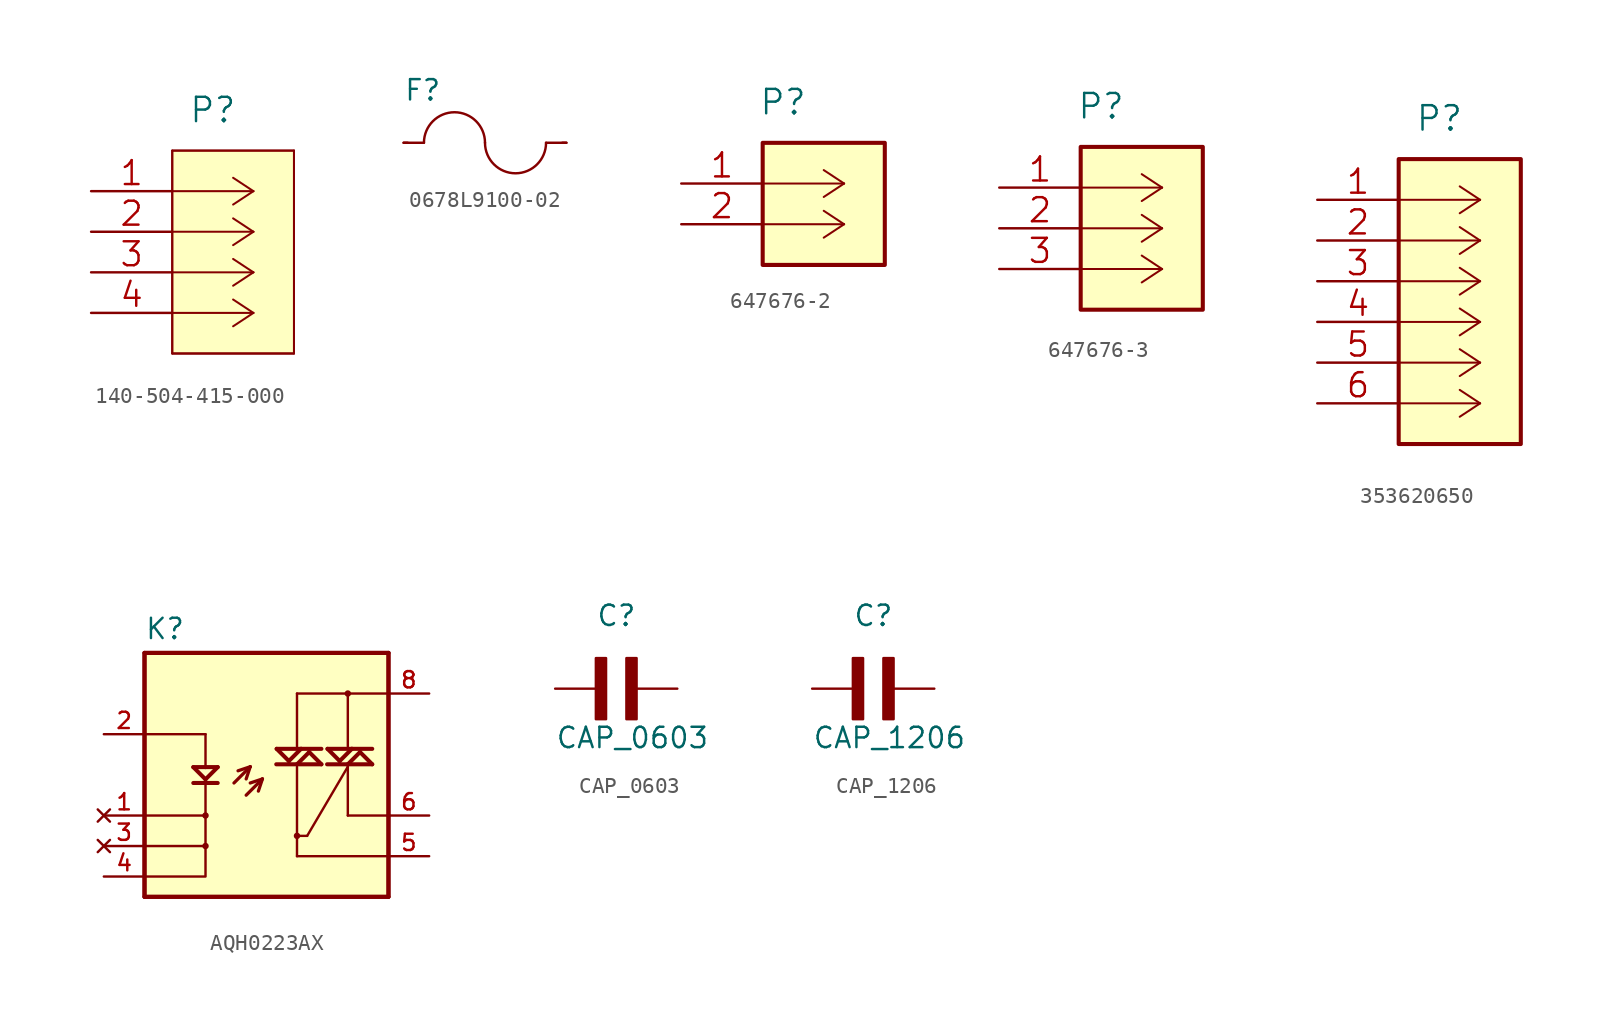
<source format=kicad_sym>
(kicad_symbol_lib
  (version 20220914)
  (generator kicad_symbol_editor)
  (symbol "140-504-415-000"
    (pin_names
      (offset 0.254) hide)
    (property "Reference" "P"
      (at 7.62 5.08 0)
      (effects (font (size 1.524 1.524))))
    (property "Datasheet" ""
      (at 0 0 0)
      (effects (font (size 1.524 1.524))))
    (symbol "140-504-415-000_1_1"
      (polyline (pts (xy 5.08 -10.16) (xy 12.7 -10.16)) (stroke (width 0.127) (type default)) (fill (type none)))
      (polyline (pts (xy 5.08 2.54) (xy 5.08 -10.16)) (stroke (width 0.127) (type default)) (fill (type none)))
      (polyline (pts (xy 10.16 -7.62) (xy 5.08 -7.62)) (stroke (width 0.127) (type default)) (fill (type none)))
      (polyline (pts (xy 10.16 -7.62) (xy 8.89 -8.458)) (stroke (width 0.127) (type default)) (fill (type none)))
      (polyline (pts (xy 10.16 -7.62) (xy 8.89 -6.782)) (stroke (width 0.127) (type default)) (fill (type none)))
      (polyline (pts (xy 10.16 -5.08) (xy 5.08 -5.08)) (stroke (width 0.127) (type default)) (fill (type none)))
      (polyline (pts (xy 10.16 -5.08) (xy 8.89 -5.918)) (stroke (width 0.127) (type default)) (fill (type none)))
      (polyline (pts (xy 10.16 -5.08) (xy 8.89 -4.242)) (stroke (width 0.127) (type default)) (fill (type none)))
      (polyline (pts (xy 10.16 -2.54) (xy 5.08 -2.54)) (stroke (width 0.127) (type default)) (fill (type none)))
      (polyline (pts (xy 10.16 -2.54) (xy 8.89 -3.378)) (stroke (width 0.127) (type default)) (fill (type none)))
      (polyline (pts (xy 10.16 -2.54) (xy 8.89 -1.702)) (stroke (width 0.127) (type default)) (fill (type none)))
      (polyline (pts (xy 10.16 0) (xy 5.08 0)) (stroke (width 0.127) (type default)) (fill (type none)))
      (polyline (pts (xy 10.16 0) (xy 8.89 -0.838)) (stroke (width 0.127) (type default)) (fill (type none)))
      (polyline (pts (xy 10.16 0) (xy 8.89 0.838)) (stroke (width 0.127) (type default)) (fill (type none)))
      (polyline (pts (xy 12.7 -10.16) (xy 12.7 2.54)) (stroke (width 0.127) (type default)) (fill (type none)))
      (polyline (pts (xy 12.7 2.54) (xy 5.08 2.54)) (stroke (width 0.127) (type default)) (fill (type background)))
      (rectangle (start 5.08 2.54) (end 12.7 -10.16) (stroke (width 0.127) (type default)) (fill (type background)))
      (pin passive line (at 0 0 0) (length 5.08) (name "+12V" (effects (font (size 1.499 1.499)))) (number "1" (effects (font (size 1.499 1.499)))))
      (pin passive line (at 0 -2.54 0) (length 5.08) (name "GND" (effects (font (size 1.499 1.499)))) (number "2" (effects (font (size 1.499 1.499)))))
      (pin passive line (at 0 -5.08 0) (length 5.08) (name "3" (effects (font (size 1.499 1.499)))) (number "3" (effects (font (size 1.499 1.499)))))
      (pin passive line (at 0 -7.62 0) (length 5.08) (name "4" (effects (font (size 1.499 1.499)))) (number "4" (effects (font (size 1.499 1.499)))))))
  (symbol "0678L9100-02"
    (pin_numbers hide)
    (pin_names
      (offset 1.016) hide)
    (property "Reference" "F"
      (at -5.08 2.54 0)
      (effects (font (size 1.27 1.27)) (justify left bottom)))
    (symbol "0678L9100-02_0_0"
      (arc (start 0 0) (mid -1.905 1.8967) (end -3.81 0) (stroke (width 0.1524) (type default)) (fill (type none)))
      (polyline (pts (xy -5.08 0) (xy -3.81 0)) (stroke (width 0.152) (type default)) (fill (type none)))
      (polyline (pts (xy 5.08 0) (xy 3.81 0)) (stroke (width 0.152) (type default)) (fill (type none)))
      (arc (start 0 0) (mid 1.905 -1.8967) (end 3.81 0) (stroke (width 0.1524) (type default)) (fill (type none)))
      (pin passive line (at -5.08 0 0) (length 0.254) (name "~" (effects (font (size 1.016 1.016)))) (number "1" (effects (font (size 1.016 1.016)))))
      (pin passive line (at 5.08 0 180) (length 0.254) (name "~" (effects (font (size 1.016 1.016)))) (number "2" (effects (font (size 1.016 1.016)))))))
  (symbol "647676-2"
    (pin_names
      (offset 0.254) hide)
    (property "Reference" "P"
      (at 6.35 5.08 0)
      (effects (font (size 1.524 1.524))))
    (symbol "647676-2_0_0"
      (rectangle (start 5.08 2.54) (end 12.7 -5.08) (stroke (width 0.254) (type default)) (fill (type background))))
    (symbol "647676-2_1_1"
      (polyline (pts (xy 5.08 -5.08) (xy 12.7 -5.08)) (stroke (width 0.127) (type default)) (fill (type none)))
      (polyline (pts (xy 5.08 2.54) (xy 5.08 -5.08)) (stroke (width 0.127) (type default)) (fill (type none)))
      (polyline (pts (xy 10.16 -2.54) (xy 5.08 -2.54)) (stroke (width 0.127) (type default)) (fill (type none)))
      (polyline (pts (xy 10.16 -2.54) (xy 8.89 -3.378)) (stroke (width 0.127) (type default)) (fill (type none)))
      (polyline (pts (xy 10.16 -2.54) (xy 8.89 -1.702)) (stroke (width 0.127) (type default)) (fill (type none)))
      (polyline (pts (xy 10.16 0) (xy 5.08 0)) (stroke (width 0.127) (type default)) (fill (type none)))
      (polyline (pts (xy 10.16 0) (xy 8.89 -0.838)) (stroke (width 0.127) (type default)) (fill (type none)))
      (polyline (pts (xy 10.16 0) (xy 8.89 0.838)) (stroke (width 0.127) (type default)) (fill (type none)))
      (polyline (pts (xy 12.7 -5.08) (xy 12.7 2.54)) (stroke (width 0.127) (type default)) (fill (type none)))
      (polyline (pts (xy 12.7 2.54) (xy 5.08 2.54)) (stroke (width 0.127) (type default)) (fill (type none)))
      (pin passive line (at 0 0 0) (length 5.08) (name "1" (effects (font (size 1.499 1.499)))) (number "1" (effects (font (size 1.499 1.499)))))
      (pin passive line (at 0 -2.54 0) (length 5.08) (name "2" (effects (font (size 1.499 1.499)))) (number "2" (effects (font (size 1.499 1.499)))))))
  (symbol "647676-3"
    (pin_names
      (offset 0.254) hide)
    (property "Reference" "P"
      (at 6.35 5.08 0)
      (effects (font (size 1.524 1.524))))
    (symbol "647676-3_0_0"
      (rectangle (start 5.08 2.54) (end 12.7 -7.62) (stroke (width 0.254) (type default)) (fill (type background))))
    (symbol "647676-3_1_1"
      (polyline (pts (xy 5.08 -7.62) (xy 12.7 -7.62)) (stroke (width 0.127) (type default)) (fill (type none)))
      (polyline (pts (xy 5.08 2.54) (xy 5.08 -7.62)) (stroke (width 0.127) (type default)) (fill (type none)))
      (polyline (pts (xy 10.16 -5.08) (xy 5.08 -5.08)) (stroke (width 0.127) (type default)) (fill (type none)))
      (polyline (pts (xy 10.16 -5.08) (xy 8.89 -5.918)) (stroke (width 0.127) (type default)) (fill (type none)))
      (polyline (pts (xy 10.16 -5.08) (xy 8.89 -4.242)) (stroke (width 0.127) (type default)) (fill (type none)))
      (polyline (pts (xy 10.16 -2.54) (xy 5.08 -2.54)) (stroke (width 0.127) (type default)) (fill (type none)))
      (polyline (pts (xy 10.16 -2.54) (xy 8.89 -3.378)) (stroke (width 0.127) (type default)) (fill (type none)))
      (polyline (pts (xy 10.16 -2.54) (xy 8.89 -1.702)) (stroke (width 0.127) (type default)) (fill (type none)))
      (polyline (pts (xy 10.16 0) (xy 5.08 0)) (stroke (width 0.127) (type default)) (fill (type none)))
      (polyline (pts (xy 10.16 0) (xy 8.89 -0.838)) (stroke (width 0.127) (type default)) (fill (type none)))
      (polyline (pts (xy 10.16 0) (xy 8.89 0.838)) (stroke (width 0.127) (type default)) (fill (type none)))
      (polyline (pts (xy 12.7 -7.62) (xy 12.7 2.54)) (stroke (width 0.127) (type default)) (fill (type none)))
      (polyline (pts (xy 12.7 2.54) (xy 5.08 2.54)) (stroke (width 0.127) (type default)) (fill (type none)))
      (pin passive line (at 0 0 0) (length 5.08) (name "1" (effects (font (size 1.499 1.499)))) (number "1" (effects (font (size 1.499 1.499)))))
      (pin passive line (at 0 -2.54 0) (length 5.08) (name "2" (effects (font (size 1.499 1.499)))) (number "2" (effects (font (size 1.499 1.499)))))
      (pin passive line (at 0 -5.08 0) (length 5.08) (name "3" (effects (font (size 1.499 1.499)))) (number "3" (effects (font (size 1.499 1.499)))))))
  (symbol "353620650"
    (pin_names
      (offset 0.254) hide)
    (property "Reference" "P"
      (at 7.62 5.08 0)
      (effects (font (size 1.524 1.524))))
    (property "Datasheet" ""
      (at 0 0 0)
      (effects (font (size 1.524 1.524))))
    (symbol "353620650_0_0"
      (rectangle (start 5.08 2.54) (end 12.7 -15.24) (stroke (width 0.254) (type default)) (fill (type background))))
    (symbol "353620650_1_1"
      (polyline (pts (xy 5.08 -15.24) (xy 12.7 -15.24)) (stroke (width 0.127) (type default)) (fill (type none)))
      (polyline (pts (xy 5.08 2.54) (xy 5.08 -15.24)) (stroke (width 0.127) (type default)) (fill (type none)))
      (polyline (pts (xy 10.16 -12.7) (xy 5.08 -12.7)) (stroke (width 0.127) (type default)) (fill (type none)))
      (polyline (pts (xy 10.16 -12.7) (xy 8.89 -13.538)) (stroke (width 0.127) (type default)) (fill (type none)))
      (polyline (pts (xy 10.16 -12.7) (xy 8.89 -11.862)) (stroke (width 0.127) (type default)) (fill (type none)))
      (polyline (pts (xy 10.16 -10.16) (xy 5.08 -10.16)) (stroke (width 0.127) (type default)) (fill (type none)))
      (polyline (pts (xy 10.16 -10.16) (xy 8.89 -10.998)) (stroke (width 0.127) (type default)) (fill (type none)))
      (polyline (pts (xy 10.16 -10.16) (xy 8.89 -9.322)) (stroke (width 0.127) (type default)) (fill (type none)))
      (polyline (pts (xy 10.16 -7.62) (xy 5.08 -7.62)) (stroke (width 0.127) (type default)) (fill (type none)))
      (polyline (pts (xy 10.16 -7.62) (xy 8.89 -8.458)) (stroke (width 0.127) (type default)) (fill (type none)))
      (polyline (pts (xy 10.16 -7.62) (xy 8.89 -6.782)) (stroke (width 0.127) (type default)) (fill (type none)))
      (polyline (pts (xy 10.16 -5.08) (xy 5.08 -5.08)) (stroke (width 0.127) (type default)) (fill (type none)))
      (polyline (pts (xy 10.16 -5.08) (xy 8.89 -5.918)) (stroke (width 0.127) (type default)) (fill (type none)))
      (polyline (pts (xy 10.16 -5.08) (xy 8.89 -4.242)) (stroke (width 0.127) (type default)) (fill (type none)))
      (polyline (pts (xy 10.16 -2.54) (xy 5.08 -2.54)) (stroke (width 0.127) (type default)) (fill (type none)))
      (polyline (pts (xy 10.16 -2.54) (xy 8.89 -3.378)) (stroke (width 0.127) (type default)) (fill (type none)))
      (polyline (pts (xy 10.16 -2.54) (xy 8.89 -1.702)) (stroke (width 0.127) (type default)) (fill (type none)))
      (polyline (pts (xy 10.16 0) (xy 5.08 0)) (stroke (width 0.127) (type default)) (fill (type none)))
      (polyline (pts (xy 10.16 0) (xy 8.89 -0.838)) (stroke (width 0.127) (type default)) (fill (type none)))
      (polyline (pts (xy 10.16 0) (xy 8.89 0.838)) (stroke (width 0.127) (type default)) (fill (type none)))
      (polyline (pts (xy 12.7 -15.24) (xy 12.7 2.54)) (stroke (width 0.127) (type default)) (fill (type none)))
      (polyline (pts (xy 12.7 2.54) (xy 5.08 2.54)) (stroke (width 0.127) (type default)) (fill (type none)))
      (pin passive line (at 0 0 0) (length 5.08) (name "+12V" (effects (font (size 1.499 1.499)))) (number "1" (effects (font (size 1.499 1.499)))))
      (pin passive line (at 0 -2.54 0) (length 5.08) (name "GND" (effects (font (size 1.499 1.499)))) (number "2" (effects (font (size 1.499 1.499)))))
      (pin passive line (at 0 -5.08 0) (length 5.08) (name "3" (effects (font (size 1.499 1.499)))) (number "3" (effects (font (size 1.499 1.499)))))
      (pin passive line (at 0 -7.62 0) (length 5.08) (name "4" (effects (font (size 1.499 1.499)))) (number "4" (effects (font (size 1.499 1.499)))))
      (pin passive line (at 0 -10.16 0) (length 5.08) (name "5" (effects (font (size 1.499 1.499)))) (number "5" (effects (font (size 1.499 1.499)))))
      (pin passive line (at 0 -12.7 0) (length 5.08) (name "6" (effects (font (size 1.499 1.499)))) (number "6" (effects (font (size 1.499 1.499)))))))
  (symbol "AQH0223AX"
    (pin_names
      (offset 1.016) hide)
    (property "Reference" "K"
      (at -7.62 8.382 0)
      (effects (font (size 1.27 1.27)) (justify left bottom)))
    (symbol "AQH0223AX_0_0"
      (rectangle (start -7.62 7.62) (end 7.62 -7.62) (stroke (width 0.254) (type default)) (fill (type background)))
      (circle (center -3.81 -4.445) (radius 0.127) (stroke (width 0.152) (type default)) (fill (type none)))
      (circle (center -3.81 -2.54) (radius 0.127) (stroke (width 0.152) (type default)) (fill (type none)))
      (polyline (pts (xy -7.62 -7.62) (xy 7.62 -7.62)) (stroke (width 0.254) (type default)) (fill (type none)))
      (polyline (pts (xy -7.62 2.54) (xy -3.81 2.54)) (stroke (width 0.152) (type default)) (fill (type none)))
      (polyline (pts (xy -7.62 7.62) (xy -7.62 -7.62)) (stroke (width 0.254) (type default)) (fill (type none)))
      (polyline (pts (xy -4.572 -0.508) (xy -3.81 -0.508)) (stroke (width 0.254) (type default)) (fill (type none)))
      (polyline (pts (xy -4.572 0.483) (xy -3.81 -0.279)) (stroke (width 0.254) (type default)) (fill (type none)))
      (polyline (pts (xy -3.81 -2.54) (xy -7.62 -2.54)) (stroke (width 0.152) (type default)) (fill (type none)))
      (polyline (pts (xy -3.81 -0.508) (xy -3.81 -2.54)) (stroke (width 0.152) (type default)) (fill (type none)))
      (polyline (pts (xy -3.81 -0.508) (xy -3.048 -0.508)) (stroke (width 0.254) (type default)) (fill (type none)))
      (polyline (pts (xy -3.81 -0.279) (xy -3.048 0.483)) (stroke (width 0.254) (type default)) (fill (type none)))
      (polyline (pts (xy -3.81 0.483) (xy -4.572 0.483)) (stroke (width 0.254) (type default)) (fill (type none)))
      (polyline (pts (xy -3.81 0.483) (xy -3.048 0.483)) (stroke (width 0.254) (type default)) (fill (type none)))
      (polyline (pts (xy -3.81 2.54) (xy -3.81 0.483)) (stroke (width 0.152) (type default)) (fill (type none)))
      (polyline (pts (xy -2.032 -0.508) (xy -1.016 0.508)) (stroke (width 0.203) (type default)) (fill (type none)))
      (polyline (pts (xy -1.27 -1.27) (xy -0.254 -0.254)) (stroke (width 0.203) (type default)) (fill (type none)))
      (polyline (pts (xy -1.016 0.508) (xy -1.778 0.254)) (stroke (width 0.203) (type default)) (fill (type none)))
      (polyline (pts (xy -1.016 0.508) (xy -1.27 -0.254)) (stroke (width 0.203) (type default)) (fill (type none)))
      (polyline (pts (xy -0.254 -0.254) (xy -1.016 -0.508)) (stroke (width 0.203) (type default)) (fill (type none)))
      (polyline (pts (xy -0.254 -0.254) (xy -0.508 -1.016)) (stroke (width 0.203) (type default)) (fill (type none)))
      (polyline (pts (xy 0.61 0.66) (xy 1.905 0.66)) (stroke (width 0.254) (type default)) (fill (type none)))
      (polyline (pts (xy 0.635 1.626) (xy 1.397 0.864)) (stroke (width 0.254) (type default)) (fill (type none)))
      (polyline (pts (xy 1.397 0.864) (xy 2.159 1.626)) (stroke (width 0.254) (type default)) (fill (type none)))
      (polyline (pts (xy 1.905 0.508) (xy 1.905 -5.08)) (stroke (width 0.152) (type default)) (fill (type none)))
      (polyline (pts (xy 1.905 0.66) (xy 3.429 0.66)) (stroke (width 0.254) (type default)) (fill (type none)))
      (polyline (pts (xy 1.905 5.08) (xy 1.905 1.778)) (stroke (width 0.152) (type default)) (fill (type none)))
      (polyline (pts (xy 1.905 5.08) (xy 5.08 5.08)) (stroke (width 0.152) (type default)) (fill (type none)))
      (polyline (pts (xy 2.159 1.626) (xy 0.635 1.626)) (stroke (width 0.254) (type default)) (fill (type none)))
      (polyline (pts (xy 2.159 1.626) (xy 3.429 1.626)) (stroke (width 0.254) (type default)) (fill (type none)))
      (polyline (pts (xy 2.54 -3.81) (xy 1.905 -3.81)) (stroke (width 0.152) (type default)) (fill (type none)))
      (polyline (pts (xy 2.667 1.422) (xy 1.905 0.66)) (stroke (width 0.254) (type default)) (fill (type none)))
      (polyline (pts (xy 3.429 0.66) (xy 2.667 1.422)) (stroke (width 0.254) (type default)) (fill (type none)))
      (polyline (pts (xy 3.785 0.66) (xy 5.08 0.66)) (stroke (width 0.254) (type default)) (fill (type none)))
      (polyline (pts (xy 3.81 1.626) (xy 4.572 0.864)) (stroke (width 0.254) (type default)) (fill (type none)))
      (polyline (pts (xy 4.572 0.864) (xy 5.334 1.626)) (stroke (width 0.254) (type default)) (fill (type none)))
      (polyline (pts (xy 5.08 -2.54) (xy 7.62 -2.54)) (stroke (width 0.152) (type default)) (fill (type none)))
      (polyline (pts (xy 5.08 0.508) (xy 2.54 -3.81)) (stroke (width 0.152) (type default)) (fill (type none)))
      (polyline (pts (xy 5.08 0.635) (xy 5.08 -2.54)) (stroke (width 0.152) (type default)) (fill (type none)))
      (polyline (pts (xy 5.08 0.66) (xy 6.604 0.66)) (stroke (width 0.254) (type default)) (fill (type none)))
      (polyline (pts (xy 5.08 5.08) (xy 5.08 1.778)) (stroke (width 0.152) (type default)) (fill (type none)))
      (polyline (pts (xy 5.08 5.08) (xy 7.62 5.08)) (stroke (width 0.152) (type default)) (fill (type none)))
      (polyline (pts (xy 5.334 1.626) (xy 3.81 1.626)) (stroke (width 0.254) (type default)) (fill (type none)))
      (polyline (pts (xy 5.334 1.626) (xy 6.604 1.626)) (stroke (width 0.254) (type default)) (fill (type none)))
      (polyline (pts (xy 5.842 1.422) (xy 5.08 0.66)) (stroke (width 0.254) (type default)) (fill (type none)))
      (polyline (pts (xy 6.604 0.66) (xy 5.842 1.422)) (stroke (width 0.254) (type default)) (fill (type none)))
      (polyline (pts (xy 7.62 -7.62) (xy 7.62 -2.54)) (stroke (width 0.254) (type default)) (fill (type none)))
      (polyline (pts (xy 7.62 -5.08) (xy 1.905 -5.08)) (stroke (width 0.152) (type default)) (fill (type none)))
      (polyline (pts (xy 7.62 -2.54) (xy 7.62 7.62)) (stroke (width 0.254) (type default)) (fill (type none)))
      (polyline (pts (xy 7.62 7.62) (xy -7.62 7.62)) (stroke (width 0.254) (type default)) (fill (type background)))
      (circle (center 1.905 -3.81) (radius 0.127) (stroke (width 0.152) (type default)) (fill (type none)))
      (circle (center 5.08 5.08) (radius 0.127) (stroke (width 0.152) (type default)) (fill (type none)))
      (pin no_connect line (at -10.16 -2.54 0) (length 2.54) (name "~" (effects (font (size 1.016 1.016)))) (number "1" (effects (font (size 1.016 1.016)))))
      (pin passive line (at -10.16 2.54 0) (length 2.54) (name "~" (effects (font (size 1.016 1.016)))) (number "2" (effects (font (size 1.016 1.016)))))
      (pin no_connect line (at -10.16 -4.445 0) (length 2.54) (name "~" (effects (font (size 1.016 1.016)))) (number "3" (effects (font (size 1.016 1.016)))))
      (pin passive line (at -10.16 -6.35 0) (length 2.54) (name "~" (effects (font (size 1.016 1.016)))) (number "4" (effects (font (size 1.016 1.016)))))
      (pin passive line (at 10.16 -5.08 180) (length 2.54) (name "~" (effects (font (size 1.016 1.016)))) (number "5" (effects (font (size 1.016 1.016)))))
      (pin passive line (at 10.16 -2.54 180) (length 2.54) (name "~" (effects (font (size 1.016 1.016)))) (number "6" (effects (font (size 1.016 1.016)))))
      (pin passive line (at 10.16 5.08 180) (length 2.54) (name "~" (effects (font (size 1.016 1.016)))) (number "8" (effects (font (size 1.016 1.016))))))
    (symbol "AQH0223AX_1_1"
      (polyline (pts (xy -3.81 -4.445) (xy -3.81 -6.35) (xy -7.62 -6.35)) (stroke (width 0) (type default)) (fill (type none)))
      (polyline (pts (xy -3.81 -2.54) (xy -3.81 -4.445) (xy -7.62 -4.445)) (stroke (width 0) (type default)) (fill (type none)))))
  (symbol "CAP_0603"
    (pin_numbers hide)
    (pin_names
      (offset 1.016) hide)
    (property "Reference" "C"
      (at -1.27 3.81 0)
      (effects (font (size 1.27 1.27)) (justify left bottom)))
    (property "Value" "CAP_0603"
      (at -3.81 -3.81 0)
      (effects (font (size 1.27 1.27)) (justify left bottom)))
    (symbol "CAP_0603_0_0"
      (rectangle (start -1.27 -1.905) (end -0.635 1.905) (stroke (width 0) (type default)) (fill (type outline)))
      (rectangle (start 0.635 -1.905) (end 1.27 1.905) (stroke (width 0) (type default)) (fill (type outline)))
      (pin passive line (at 3.81 0 180) (length 2.54) (name "~" (effects (font (size 1.016 1.016)))) (number "1" (effects (font (size 1.016 1.016)))))
      (pin passive line (at -3.81 0 0) (length 2.54) (name "~" (effects (font (size 1.016 1.016)))) (number "2" (effects (font (size 1.016 1.016)))))))
  (symbol "CAP_1206"
    (pin_numbers hide)
    (pin_names
      (offset 1.016) hide)
    (property "Reference" "C"
      (at -1.27 3.81 0)
      (effects (font (size 1.27 1.27)) (justify left bottom)))
    (property "Value" "CAP_1206"
      (at -3.81 -3.81 0)
      (effects (font (size 1.27 1.27)) (justify left bottom)))
    (symbol "CAP_1206_0_0"
      (rectangle (start -1.27 -1.905) (end -0.635 1.905) (stroke (width 0) (type default)) (fill (type outline)))
      (rectangle (start 0.635 -1.905) (end 1.27 1.905) (stroke (width 0) (type default)) (fill (type outline)))
      (pin passive line (at 3.81 0 180) (length 2.54) (name "~" (effects (font (size 1.016 1.016)))) (number "1" (effects (font (size 1.016 1.016)))))
      (pin passive line (at -3.81 0 0) (length 2.54) (name "~" (effects (font (size 1.016 1.016)))) (number "2" (effects (font (size 1.016 1.016))))))))
</source>
